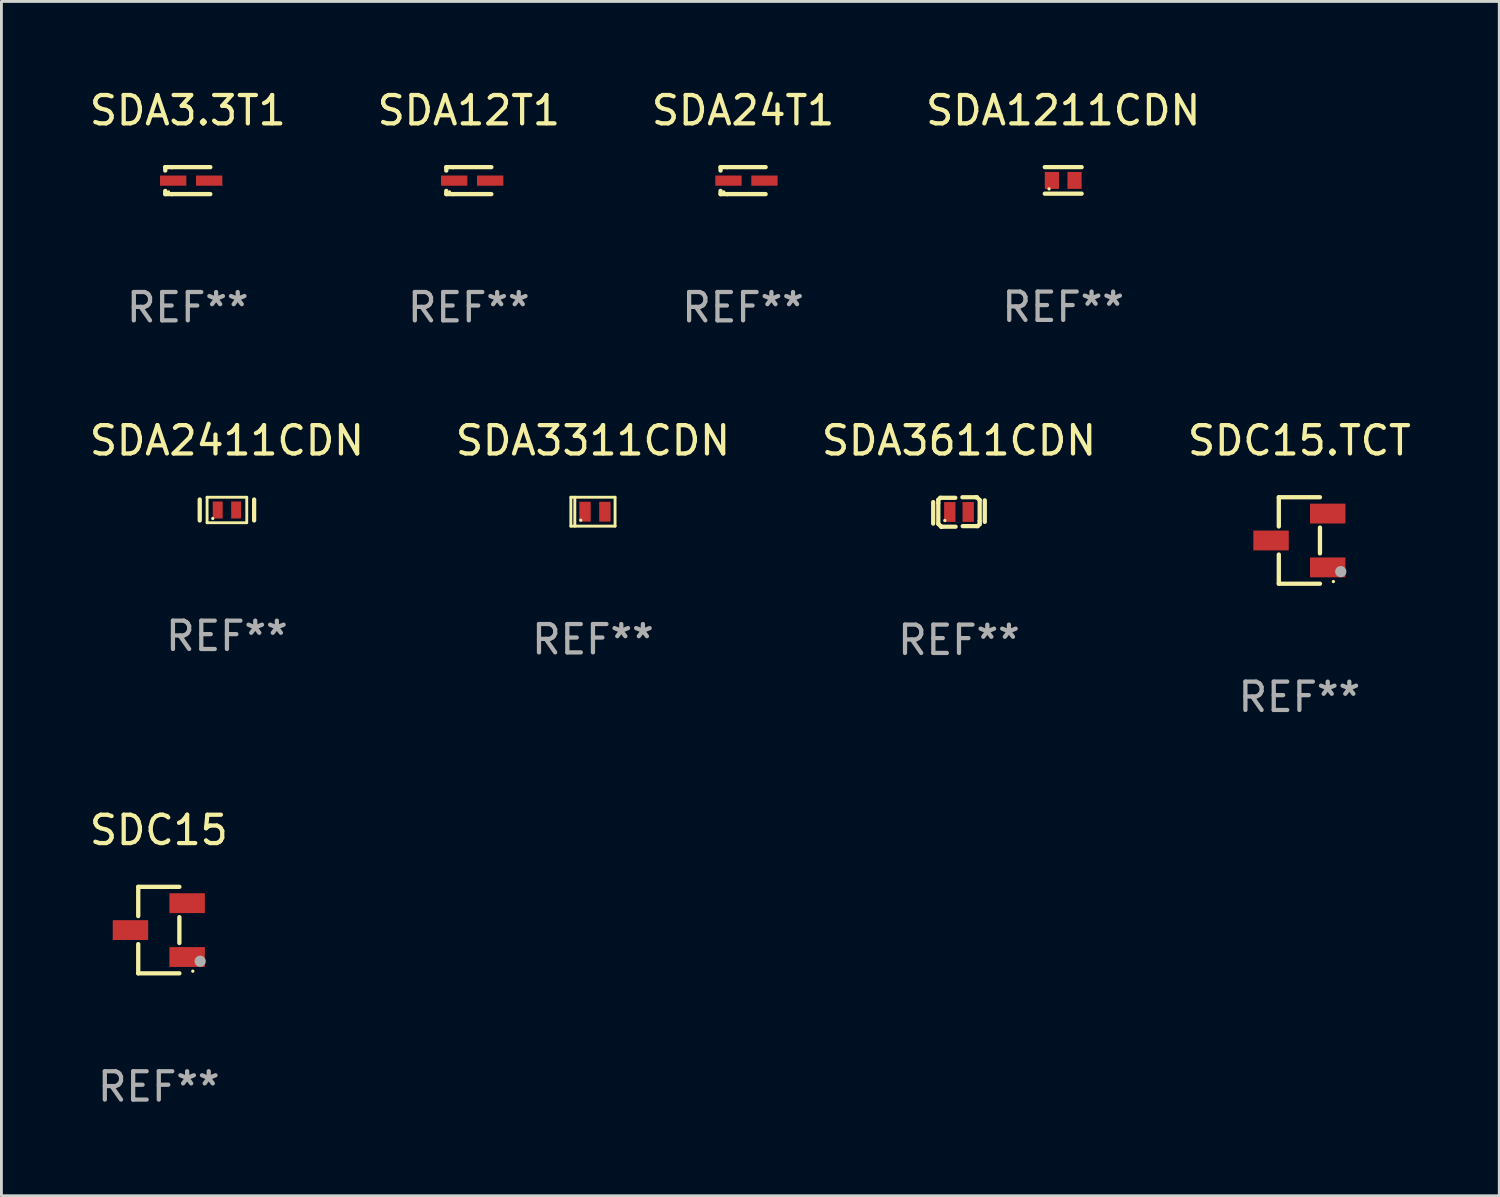
<source format=kicad_pcb>
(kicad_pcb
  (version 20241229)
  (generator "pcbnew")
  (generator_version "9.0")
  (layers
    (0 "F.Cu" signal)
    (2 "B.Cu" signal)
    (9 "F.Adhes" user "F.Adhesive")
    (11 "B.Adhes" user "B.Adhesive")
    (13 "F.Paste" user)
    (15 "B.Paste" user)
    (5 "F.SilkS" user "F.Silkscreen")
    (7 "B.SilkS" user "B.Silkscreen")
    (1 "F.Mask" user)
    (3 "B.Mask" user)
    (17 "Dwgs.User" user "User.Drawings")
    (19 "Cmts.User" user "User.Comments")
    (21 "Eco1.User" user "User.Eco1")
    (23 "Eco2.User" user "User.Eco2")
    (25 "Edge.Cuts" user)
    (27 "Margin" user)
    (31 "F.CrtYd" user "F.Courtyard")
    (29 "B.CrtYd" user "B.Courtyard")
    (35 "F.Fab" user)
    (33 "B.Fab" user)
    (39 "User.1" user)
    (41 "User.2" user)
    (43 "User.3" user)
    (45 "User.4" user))
  (footprint "SDA24T1"
    (layer "F.Cu")
    (at 23.173 3.324)
    (property "Reference" "SDA24T1" (at 0 -2.476 0) (layer "F.SilkS") (effects (font (size 1 1) (thickness 0.15))))
    (attr through_hole)
    (fp_line (start -0.795 -0.476) (end -0.795 -0.356) (stroke (width 0.152) (type solid)) (layer "F.SilkS"))
    (fp_line (start -0.795 0.363) (end -0.795 0.476) (stroke (width 0.152) (type solid)) (layer "F.SilkS"))
    (fp_line (start -0.795 0.476) (end -0.557 0.476) (stroke (width 0.152) (type solid)) (layer "F.SilkS"))
    (fp_line (start -0.557 -0.476) (end -0.795 -0.476) (stroke (width 0.152) (type solid)) (layer "F.SilkS"))
    (fp_line (start -0.557 -0.476) (end 0.795 -0.476) (stroke (width 0.152) (type solid)) (layer "F.SilkS"))
    (fp_line (start -0.557 0.476) (end 0.795 0.476) (stroke (width 0.152) (type solid)) (layer "F.SilkS"))
    (fp_circle (center -0.681 0.4) (end -0.651 0.4) (stroke (width 0.06) (type solid)) (fill no) (layer "F.SilkS"))
    (fp_text user "REF**" (at 0 4.476 0) (layer "F.Fab") (effects (font (size 1 1) (thickness 0.15))))
    (pad "1" smd rect (at -0.516 0 180) (size 0.93 0.36) (layers "F.Cu" "F.Mask" "F.Paste"))
    (pad "2" smd rect (at 0.754 0 180) (size 0.93 0.36) (layers "F.Cu" "F.Mask" "F.Paste")))
  (footprint "SDA1211CDN"
    (layer "F.Cu")
    (at 34.47 3.316)
    (property "Reference" "SDA1211CDN" (at 0 -2.468 0) (layer "F.SilkS") (effects (font (size 1 1) (thickness 0.15))))
    (attr through_hole)
    (fp_line (start -0.65 -0.468) (end 0.65 -0.468) (stroke (width 0.152) (type solid)) (layer "F.SilkS"))
    (fp_line (start 0.65 0.468) (end -0.65 0.468) (stroke (width 0.152) (type solid)) (layer "F.SilkS"))
    (fp_circle (center -0.5 0.3) (end -0.47 0.3) (stroke (width 0.06) (type solid)) (fill no) (layer "F.SilkS"))
    (fp_text user "REF**" (at 0 4.468 0) (layer "F.Fab") (effects (font (size 1 1) (thickness 0.15))))
    (pad "1" smd rect (at -0.4 0) (size 0.5 0.6) (layers "F.Cu" "F.Mask" "F.Paste"))
    (pad "2" smd rect (at 0.4 0) (size 0.5 0.6) (layers "F.Cu" "F.Mask" "F.Paste")))
  (footprint "SDC15.TCT"
    (layer "F.Cu")
    (at 42.804 16.023)
    (property "Reference" "SDC15.TCT" (at 0 -3.526 0) (layer "F.SilkS") (effects (font (size 1 1) (thickness 0.15))))
    (attr through_hole)
    (fp_line (start -0.726 -1.526) (end -0.726 -0.495) (stroke (width 0.152) (type solid)) (layer "F.SilkS"))
    (fp_line (start -0.726 1.526) (end -0.726 0.495) (stroke (width 0.152) (type solid)) (layer "F.SilkS"))
    (fp_line (start 0.726 -1.526) (end -0.726 -1.526) (stroke (width 0.152) (type solid)) (layer "F.SilkS"))
    (fp_line (start 0.726 -0.455) (end 0.726 0.455) (stroke (width 0.152) (type solid)) (layer "F.SilkS"))
    (fp_line (start 0.726 1.526) (end -0.726 1.526) (stroke (width 0.152) (type solid)) (layer "F.SilkS"))
    (fp_circle (center 1.2 1.45) (end 1.23 1.45) (stroke (width 0.06) (type solid)) (fill no) (layer "F.SilkS"))
    (fp_circle (center 1.46 1.1) (end 1.56 1.1) (stroke (width 0.2) (type solid)) (fill no) (layer "F.Fab"))
    (fp_text user "REF**" (at 0 5.526 0) (layer "F.Fab") (effects (font (size 1 1) (thickness 0.15))))
    (pad "1" smd rect (at 1 0.95) (size 1.25 0.7) (layers "F.Cu" "F.Mask" "F.Paste"))
    (pad "2" smd rect (at 1 -0.95) (size 1.25 0.7) (layers "F.Cu" "F.Mask" "F.Paste"))
    (pad "3" smd rect (at -1 0) (size 1.25 0.7) (layers "F.Cu" "F.Mask" "F.Paste")))
  (footprint "SDA12T1"
    (layer "F.Cu")
    (at 13.494 3.324)
    (property "Reference" "SDA12T1" (at 0 -2.476 0) (layer "F.SilkS") (effects (font (size 1 1) (thickness 0.15))))
    (attr through_hole)
    (fp_line (start -0.795 -0.476) (end -0.795 -0.356) (stroke (width 0.152) (type solid)) (layer "F.SilkS"))
    (fp_line (start -0.795 0.363) (end -0.795 0.476) (stroke (width 0.152) (type solid)) (layer "F.SilkS"))
    (fp_line (start -0.795 0.476) (end -0.557 0.476) (stroke (width 0.152) (type solid)) (layer "F.SilkS"))
    (fp_line (start -0.557 -0.476) (end -0.795 -0.476) (stroke (width 0.152) (type solid)) (layer "F.SilkS"))
    (fp_line (start -0.557 -0.476) (end 0.795 -0.476) (stroke (width 0.152) (type solid)) (layer "F.SilkS"))
    (fp_line (start -0.557 0.476) (end 0.795 0.476) (stroke (width 0.152) (type solid)) (layer "F.SilkS"))
    (fp_circle (center -0.681 0.4) (end -0.651 0.4) (stroke (width 0.06) (type solid)) (fill no) (layer "F.SilkS"))
    (fp_text user "REF**" (at 0 4.476 0) (layer "F.Fab") (effects (font (size 1 1) (thickness 0.15))))
    (pad "1" smd rect (at -0.516 0 180) (size 0.93 0.36) (layers "F.Cu" "F.Mask" "F.Paste"))
    (pad "2" smd rect (at 0.754 0 180) (size 0.93 0.36) (layers "F.Cu" "F.Mask" "F.Paste")))
  (footprint "SDA3.3T1"
    (layer "F.Cu")
    (at 3.577 3.324)
    (property "Reference" "SDA3.3T1" (at 0 -2.476 0) (layer "F.SilkS") (effects (font (size 1 1) (thickness 0.15))))
    (attr through_hole)
    (fp_line (start -0.795 -0.476) (end -0.795 -0.356) (stroke (width 0.152) (type solid)) (layer "F.SilkS"))
    (fp_line (start -0.795 0.363) (end -0.795 0.476) (stroke (width 0.152) (type solid)) (layer "F.SilkS"))
    (fp_line (start -0.795 0.476) (end -0.557 0.476) (stroke (width 0.152) (type solid)) (layer "F.SilkS"))
    (fp_line (start -0.557 -0.476) (end -0.795 -0.476) (stroke (width 0.152) (type solid)) (layer "F.SilkS"))
    (fp_line (start -0.557 -0.476) (end 0.795 -0.476) (stroke (width 0.152) (type solid)) (layer "F.SilkS"))
    (fp_line (start -0.557 0.476) (end 0.795 0.476) (stroke (width 0.152) (type solid)) (layer "F.SilkS"))
    (fp_circle (center -0.681 0.4) (end -0.651 0.4) (stroke (width 0.06) (type solid)) (fill no) (layer "F.SilkS"))
    (fp_text user "REF**" (at 0 4.476 0) (layer "F.Fab") (effects (font (size 1 1) (thickness 0.15))))
    (pad "1" smd rect (at -0.516 0 180) (size 0.93 0.36) (layers "F.Cu" "F.Mask" "F.Paste"))
    (pad "2" smd rect (at 0.754 0 180) (size 0.93 0.36) (layers "F.Cu" "F.Mask" "F.Paste")))
  (footprint "SDA3611CDN"
    (layer "F.Cu")
    (at 30.792 15.017)
    (property "Reference" "SDA3611CDN" (at 0 -2.52 0) (layer "F.SilkS") (effects (font (size 1 1) (thickness 0.15))))
    (attr through_hole)
    (fp_line (start -0.91 0.41) (end -0.91 -0.35) (stroke (width 0.15) (type solid)) (layer "F.SilkS"))
    (fp_line (start -0.73 -0.43) (end -0.66 -0.5) (stroke (width 0.15) (type solid)) (layer "F.SilkS"))
    (fp_line (start -0.73 -0.32) (end -0.73 -0.43) (stroke (width 0.15) (type solid)) (layer "F.SilkS"))
    (fp_line (start -0.73 0.42) (end -0.73 -0.32) (stroke (width 0.15) (type solid)) (layer "F.SilkS"))
    (fp_line (start -0.66 -0.5) (end -0.13 -0.5) (stroke (width 0.15) (type solid)) (layer "F.SilkS"))
    (fp_line (start -0.63 0.52) (end -0.73 0.42) (stroke (width 0.15) (type solid)) (layer "F.SilkS"))
    (fp_line (start -0.6 0.52) (end -0.63 0.52) (stroke (width 0.15) (type solid)) (layer "F.SilkS"))
    (fp_line (start -0.12 0.52) (end -0.6 0.52) (stroke (width 0.15) (type solid)) (layer "F.SilkS"))
    (fp_line (start 0.12 -0.52) (end 0.6 -0.52) (stroke (width 0.15) (type solid)) (layer "F.SilkS"))
    (fp_line (start 0.6 -0.52) (end 0.63 -0.52) (stroke (width 0.15) (type solid)) (layer "F.SilkS"))
    (fp_line (start 0.63 -0.52) (end 0.73 -0.42) (stroke (width 0.15) (type solid)) (layer "F.SilkS"))
    (fp_line (start 0.66 0.5) (end 0.13 0.5) (stroke (width 0.15) (type solid)) (layer "F.SilkS"))
    (fp_line (start 0.73 -0.42) (end 0.73 0.32) (stroke (width 0.15) (type solid)) (layer "F.SilkS"))
    (fp_line (start 0.73 0.32) (end 0.73 0.43) (stroke (width 0.15) (type solid)) (layer "F.SilkS"))
    (fp_line (start 0.73 0.43) (end 0.66 0.5) (stroke (width 0.15) (type solid)) (layer "F.SilkS"))
    (fp_line (start 0.91 -0.41) (end 0.91 0.35) (stroke (width 0.15) (type solid)) (layer "F.SilkS"))
    (fp_circle (center -0.5 0.3) (end -0.47 0.3) (stroke (width 0.06) (type solid)) (fill no) (layer "F.SilkS"))
    (fp_text user "REF**" (at 0 4.52 0) (layer "F.Fab") (effects (font (size 1 1) (thickness 0.15))))
    (pad "1" smd rect (at -0.325 0.000013) (size 0.4 0.7) (layers "F.Cu" "F.Mask" "F.Paste"))
    (pad "2" smd rect (at 0.325 0.000013) (size 0.4 0.7) (layers "F.Cu" "F.Mask" "F.Paste")))
  (footprint "SDA2411CDN"
    (layer "F.Cu")
    (at 4.958 14.947)
    (property "Reference" "SDA2411CDN" (at 0 -2.45 0) (layer "F.SilkS") (effects (font (size 1 1) (thickness 0.15))))
    (attr through_hole)
    (fp_line (start -0.96 0.37) (end -0.96 -0.37) (stroke (width 0.15) (type solid)) (layer "F.SilkS"))
    (fp_line (start -0.7 -0.45) (end -0.7 0.45) (stroke (width 0.1) (type solid)) (layer "F.SilkS"))
    (fp_line (start -0.7 -0.45) (end 0.7 -0.45) (stroke (width 0.1) (type solid)) (layer "F.SilkS"))
    (fp_line (start -0.7 0.45) (end 0.69 0.45) (stroke (width 0.1) (type solid)) (layer "F.SilkS"))
    (fp_line (start 0.7 -0.45) (end 0.7 0.45) (stroke (width 0.1) (type solid)) (layer "F.SilkS"))
    (fp_line (start 0.96 -0.37) (end 0.96 0.37) (stroke (width 0.15) (type solid)) (layer "F.SilkS"))
    (fp_circle (center -0.5 0.3) (end -0.47 0.3) (stroke (width 0.06) (type solid)) (fill no) (layer "F.SilkS"))
    (fp_text user "REF**" (at 0 4.45 0) (layer "F.Fab") (effects (font (size 1 1) (thickness 0.15))))
    (pad "1" smd rect (at -0.325 -0.000025 90) (size 0.6 0.35) (layers "F.Cu" "F.Mask" "F.Paste"))
    (pad "2" smd rect (at 0.325 -0.000025 90) (size 0.6 0.35) (layers "F.Cu" "F.Mask" "F.Paste")))
  (footprint "SDC15"
    (layer "F.Cu")
    (at 2.554 29.772)
    (property "Reference" "SDC15" (at 0 -3.526 0) (layer "F.SilkS") (effects (font (size 1 1) (thickness 0.15))))
    (attr through_hole)
    (fp_line (start -0.726 -1.526) (end -0.726 -0.495) (stroke (width 0.152) (type solid)) (layer "F.SilkS"))
    (fp_line (start -0.726 1.526) (end -0.726 0.495) (stroke (width 0.152) (type solid)) (layer "F.SilkS"))
    (fp_line (start 0.726 -1.526) (end -0.726 -1.526) (stroke (width 0.152) (type solid)) (layer "F.SilkS"))
    (fp_line (start 0.726 -0.455) (end 0.726 0.455) (stroke (width 0.152) (type solid)) (layer "F.SilkS"))
    (fp_line (start 0.726 1.526) (end -0.726 1.526) (stroke (width 0.152) (type solid)) (layer "F.SilkS"))
    (fp_circle (center 1.2 1.45) (end 1.23 1.45) (stroke (width 0.06) (type solid)) (fill no) (layer "F.SilkS"))
    (fp_circle (center 1.46 1.1) (end 1.56 1.1) (stroke (width 0.2) (type solid)) (fill no) (layer "F.Fab"))
    (fp_text user "REF**" (at 0 5.526 0) (layer "F.Fab") (effects (font (size 1 1) (thickness 0.15))))
    (pad "1" smd rect (at 1 0.95) (size 1.25 0.7) (layers "F.Cu" "F.Mask" "F.Paste"))
    (pad "2" smd rect (at 1 -0.95) (size 1.25 0.7) (layers "F.Cu" "F.Mask" "F.Paste"))
    (pad "3" smd rect (at -1 0) (size 1.25 0.7) (layers "F.Cu" "F.Mask" "F.Paste")))
  (footprint "SDA3311CDN"
    (layer "F.Cu")
    (at 17.875 15.007)
    (property "Reference" "SDA3311CDN" (at 0 -2.51 0) (layer "F.SilkS") (effects (font (size 1 1) (thickness 0.15))))
    (attr through_hole)
    (fp_line (start -0.78 -0.51) (end -0.78 0.51) (stroke (width 0.102) (type solid)) (layer "F.SilkS"))
    (fp_line (start -0.78 -0.51) (end 0.78 -0.51) (stroke (width 0.102) (type solid)) (layer "F.SilkS"))
    (fp_line (start -0.78 0.51) (end 0.78 0.51) (stroke (width 0.102) (type solid)) (layer "F.SilkS"))
    (fp_line (start -0.64 -0.51) (end -0.64 0.51) (stroke (width 0.102) (type solid)) (layer "F.SilkS"))
    (fp_line (start 0.78 -0.51) (end 0.78 0.51) (stroke (width 0.102) (type solid)) (layer "F.SilkS"))
    (fp_circle (center -0.43 0.3) (end -0.4 0.3) (stroke (width 0.06) (type solid)) (fill no) (layer "F.SilkS"))
    (fp_text user "REF**" (at 0 4.51 0) (layer "F.Fab") (effects (font (size 1 1) (thickness 0.15))))
    (pad "1" smd rect (at -0.28 0) (size 0.4 0.7) (layers "F.Cu" "F.Mask" "F.Paste"))
    (pad "2" smd rect (at 0.42 0) (size 0.4 0.7) (layers "F.Cu" "F.Mask" "F.Paste")))
  (gr_rect
    (start -3 -3)
    (end 49.857 39.147)
    (stroke (width 0.1) (type default))
    (fill no)
    (layer "Edge.Cuts")))
</source>
